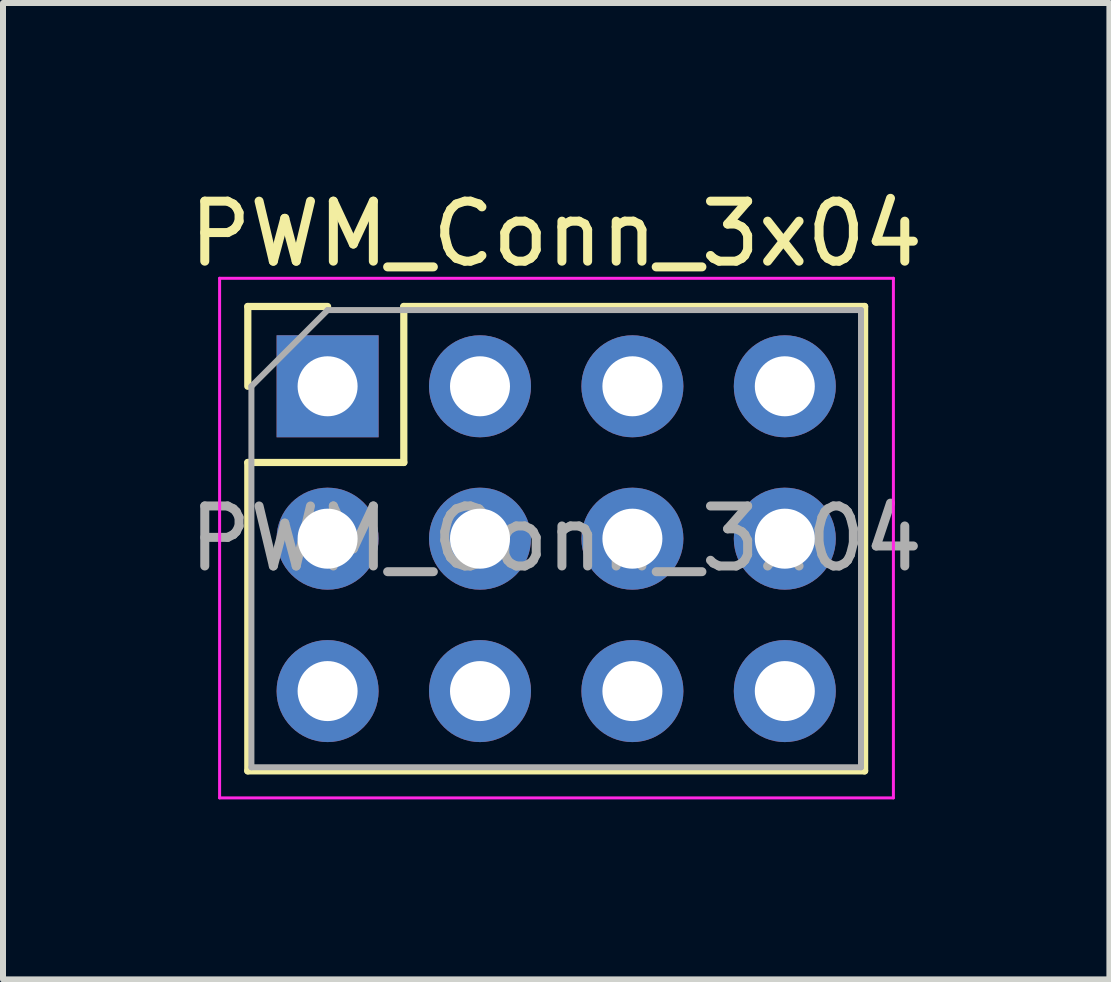
<source format=kicad_pcb>
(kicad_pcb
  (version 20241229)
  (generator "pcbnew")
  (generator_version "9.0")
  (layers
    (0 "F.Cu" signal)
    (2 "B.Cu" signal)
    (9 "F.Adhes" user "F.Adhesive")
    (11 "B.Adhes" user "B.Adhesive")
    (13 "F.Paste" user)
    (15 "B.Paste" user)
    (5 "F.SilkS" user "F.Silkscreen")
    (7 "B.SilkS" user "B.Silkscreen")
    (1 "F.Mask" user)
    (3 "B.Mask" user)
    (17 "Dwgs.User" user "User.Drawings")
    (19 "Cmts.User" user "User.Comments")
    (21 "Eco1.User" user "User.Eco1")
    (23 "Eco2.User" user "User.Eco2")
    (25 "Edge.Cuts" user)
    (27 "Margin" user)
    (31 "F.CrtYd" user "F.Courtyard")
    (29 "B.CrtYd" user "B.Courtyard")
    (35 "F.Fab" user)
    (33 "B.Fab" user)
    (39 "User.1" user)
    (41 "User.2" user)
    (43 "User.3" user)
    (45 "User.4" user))
  (footprint "PWM_Conn_3x04"
    (layer "F.Cu")
    (at 6.22 5.928)
    (property "Reference" "PWM_Conn_3x04" (at 0 -5.08 0) (unlocked yes) (layer "F.SilkS") (effects (font (size 1 1) (thickness 0.15))))
    (attr through_hole)
    (fp_line (start -5.14 -3.87) (end -3.81 -3.87) (stroke (width 0.12) (type solid)) (layer "F.SilkS"))
    (fp_line (start -5.14 -2.54) (end -5.14 -3.87) (stroke (width 0.12) (type solid)) (layer "F.SilkS"))
    (fp_line (start -5.14 -1.27) (end -5.14 3.87) (stroke (width 0.12) (type solid)) (layer "F.SilkS"))
    (fp_line (start -5.14 -1.27) (end -2.54 -1.27) (stroke (width 0.12) (type solid)) (layer "F.SilkS"))
    (fp_line (start -5.14 3.87) (end 5.14 3.87) (stroke (width 0.12) (type solid)) (layer "F.SilkS"))
    (fp_line (start -2.54 -3.87) (end 5.14 -3.87) (stroke (width 0.12) (type solid)) (layer "F.SilkS"))
    (fp_line (start -2.54 -1.27) (end -2.54 -3.87) (stroke (width 0.12) (type solid)) (layer "F.SilkS"))
    (fp_line (start 5.14 -3.87) (end 5.14 3.87) (stroke (width 0.12) (type solid)) (layer "F.SilkS"))
    (fp_line (start -5.61 -4.34) (end -5.61 4.32) (stroke (width 0.05) (type solid)) (layer "F.CrtYd"))
    (fp_line (start -5.61 4.32) (end 5.62 4.32) (stroke (width 0.05) (type solid)) (layer "F.CrtYd"))
    (fp_line (start 5.62 -4.34) (end -5.61 -4.34) (stroke (width 0.05) (type solid)) (layer "F.CrtYd"))
    (fp_line (start 5.62 4.32) (end 5.62 -4.34) (stroke (width 0.05) (type solid)) (layer "F.CrtYd"))
    (fp_line (start -5.08 -2.54) (end -3.81 -3.81) (stroke (width 0.1) (type solid)) (layer "F.Fab"))
    (fp_line (start -5.08 3.81) (end -5.08 -2.54) (stroke (width 0.1) (type solid)) (layer "F.Fab"))
    (fp_line (start -3.81 -3.81) (end 5.08 -3.81) (stroke (width 0.1) (type solid)) (layer "F.Fab"))
    (fp_line (start 5.08 -3.81) (end 5.08 3.81) (stroke (width 0.1) (type solid)) (layer "F.Fab"))
    (fp_line (start 5.08 3.81) (end -5.08 3.81) (stroke (width 0.1) (type solid)) (layer "F.Fab"))
    (fp_text user "${REFERENCE}" (at 0 0 180) (layer "F.Fab") (effects (font (size 1 1) (thickness 0.15))))
    (pad "1" thru_hole rect (at -3.81 -2.54) (size 1.7 1.7) (drill 1) (layers "*.Cu" "*.Mask"))
    (pad "2" thru_hole oval (at -1.27 -2.54) (size 1.7 1.7) (drill 1) (layers "*.Cu" "*.Mask"))
    (pad "3" thru_hole oval (at 1.27 -2.54) (size 1.7 1.7) (drill 1) (layers "*.Cu" "*.Mask"))
    (pad "4" thru_hole oval (at 3.81 -2.54) (size 1.7 1.7) (drill 1) (layers "*.Cu" "*.Mask"))
    (pad "5" thru_hole oval (at -3.81 0) (size 1.7 1.7) (drill 1) (layers "*.Cu" "*.Mask"))
    (pad "5" thru_hole oval (at -1.27 0) (size 1.7 1.7) (drill 1) (layers "*.Cu" "*.Mask"))
    (pad "5" thru_hole oval (at 1.27 0) (size 1.7 1.7) (drill 1) (layers "*.Cu" "*.Mask"))
    (pad "5" thru_hole oval (at 3.81 0) (size 1.7 1.7) (drill 1) (layers "*.Cu" "*.Mask"))
    (pad "6" thru_hole oval (at -3.81 2.54) (size 1.7 1.7) (drill 1) (layers "*.Cu" "*.Mask"))
    (pad "6" thru_hole oval (at -1.27 2.54) (size 1.7 1.7) (drill 1) (layers "*.Cu" "*.Mask"))
    (pad "6" thru_hole oval (at 1.27 2.54) (size 1.7 1.7) (drill 1) (layers "*.Cu" "*.Mask"))
    (pad "6" thru_hole oval (at 3.81 2.54) (size 1.7 1.7) (drill 1) (layers "*.Cu" "*.Mask")))
  (gr_rect
    (start -3 -3)
    (end 15.44 13.273)
    (stroke (width 0.1) (type default))
    (fill no)
    (layer "Edge.Cuts")))
</source>
